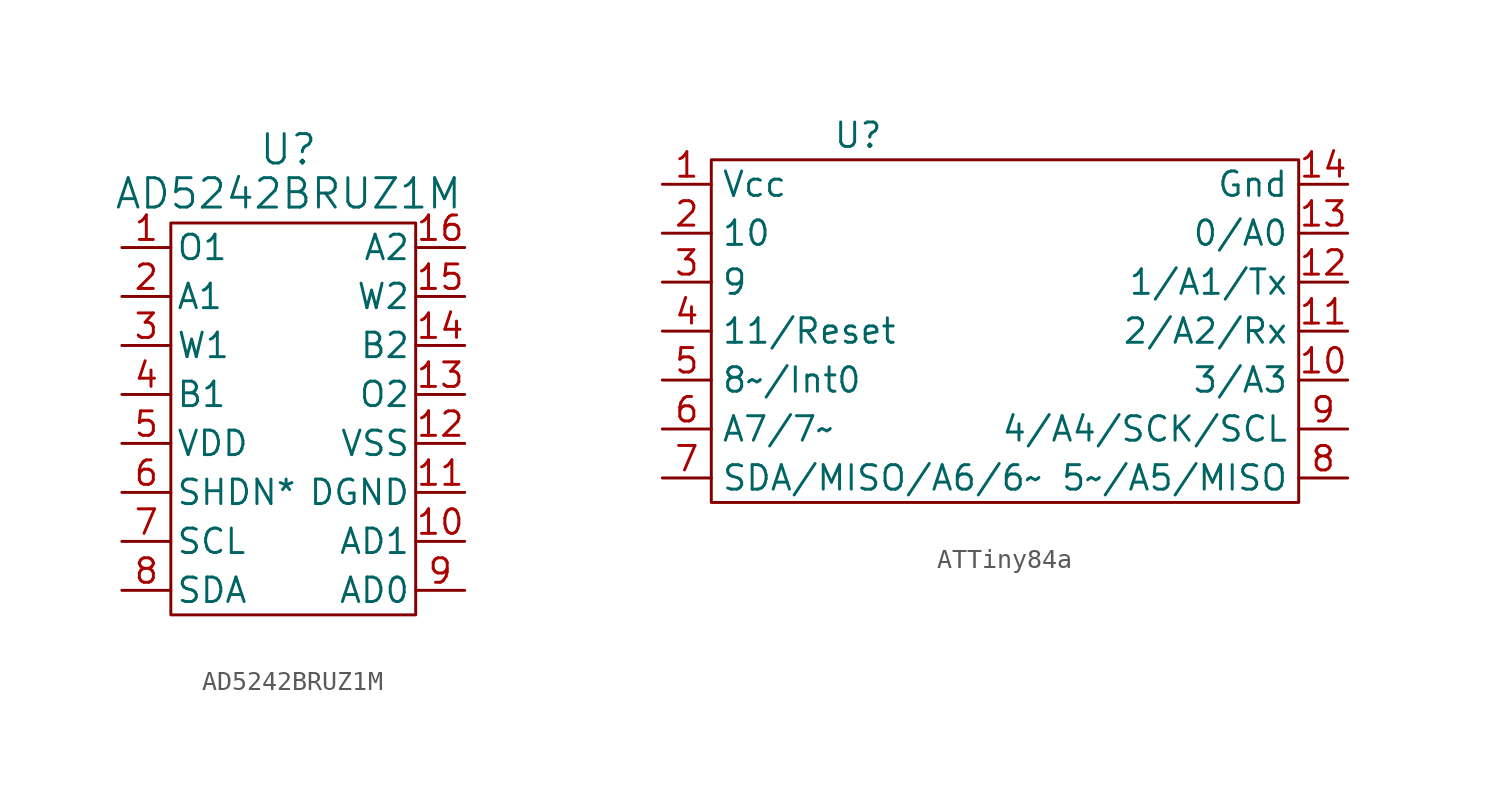
<source format=kicad_sym>
(kicad_symbol_lib
  (version 20231120)
  (generator "kicad_symbol_editor")
  (generator_version "8.0")
  (symbol "AD5242BRUZ1M"
    (pin_names
      (offset 0.254))
    (property "Reference" "U"
      (at 13.716 5.08 0)
      (effects (font (size 1.524 1.524))))
    (property "Value" "AD5242BRUZ1M"
      (at 13.716 2.794 0)
      (effects (font (size 1.524 1.524))))
    (property "ki_locked" ""
      (at 0 0 0)
      (effects (font (size 1.27 1.27))))
    (symbol "AD5242BRUZ1M_1_1"
      (rectangle (start 7.62 1.27) (end 20.32 -19.05) (stroke (width 0) (type default)) (fill (type none)))
      (pin unspecified line (at 5.08 0 0) (length 2.54) (name "O1" (effects (font (size 1.27 1.27)))) (number "1" (effects (font (size 1.27 1.27)))))
      (pin unspecified line (at 22.86 -15.24 180) (length 2.54) (name "AD1" (effects (font (size 1.27 1.27)))) (number "10" (effects (font (size 1.27 1.27)))))
      (pin unspecified line (at 22.86 -12.7 180) (length 2.54) (name "DGND" (effects (font (size 1.27 1.27)))) (number "11" (effects (font (size 1.27 1.27)))))
      (pin power_in line (at 22.86 -10.16 180) (length 2.54) (name "VSS" (effects (font (size 1.27 1.27)))) (number "12" (effects (font (size 1.27 1.27)))))
      (pin unspecified line (at 22.86 -7.62 180) (length 2.54) (name "O2" (effects (font (size 1.27 1.27)))) (number "13" (effects (font (size 1.27 1.27)))))
      (pin unspecified line (at 22.86 -5.08 180) (length 2.54) (name "B2" (effects (font (size 1.27 1.27)))) (number "14" (effects (font (size 1.27 1.27)))))
      (pin unspecified line (at 22.86 -2.54 180) (length 2.54) (name "W2" (effects (font (size 1.27 1.27)))) (number "15" (effects (font (size 1.27 1.27)))))
      (pin unspecified line (at 22.86 0 180) (length 2.54) (name "A2" (effects (font (size 1.27 1.27)))) (number "16" (effects (font (size 1.27 1.27)))))
      (pin unspecified line (at 5.08 -2.54 0) (length 2.54) (name "A1" (effects (font (size 1.27 1.27)))) (number "2" (effects (font (size 1.27 1.27)))))
      (pin unspecified line (at 5.08 -5.08 0) (length 2.54) (name "W1" (effects (font (size 1.27 1.27)))) (number "3" (effects (font (size 1.27 1.27)))))
      (pin unspecified line (at 5.08 -7.62 0) (length 2.54) (name "B1" (effects (font (size 1.27 1.27)))) (number "4" (effects (font (size 1.27 1.27)))))
      (pin power_in line (at 5.08 -10.16 0) (length 2.54) (name "VDD" (effects (font (size 1.27 1.27)))) (number "5" (effects (font (size 1.27 1.27)))))
      (pin unspecified line (at 5.08 -12.7 0) (length 2.54) (name "SHDN*" (effects (font (size 1.27 1.27)))) (number "6" (effects (font (size 1.27 1.27)))))
      (pin unspecified line (at 5.08 -15.24 0) (length 2.54) (name "SCL" (effects (font (size 1.27 1.27)))) (number "7" (effects (font (size 1.27 1.27)))))
      (pin unspecified line (at 5.08 -17.78 0) (length 2.54) (name "SDA" (effects (font (size 1.27 1.27)))) (number "8" (effects (font (size 1.27 1.27)))))
      (pin unspecified line (at 22.86 -17.78 180) (length 2.54) (name "AD0" (effects (font (size 1.27 1.27)))) (number "9" (effects (font (size 1.27 1.27)))))))
  (symbol "ATTiny84a"
    (property "Reference" "U"
      (at 0 0 0)
      (effects (font (size 1.27 1.27))))
    (property "Value" ""
      (at 0 0 0)
      (effects (font (size 1.27 1.27))))
    (symbol "ATTiny84a_0_1"
      (rectangle (start -7.62 -1.27) (end 22.86 -19.05) (stroke (width 0) (type default)) (fill (type none))))
    (symbol "ATTiny84a_1_1"
      (pin input line (at -10.16 -2.54 0) (length 2.54) (name "Vcc" (effects (font (size 1.27 1.27)))) (number "1" (effects (font (size 1.27 1.27)))))
      (pin input line (at 25.4 -12.7 180) (length 2.54) (name "3/A3" (effects (font (size 1.27 1.27)))) (number "10" (effects (font (size 1.27 1.27)))))
      (pin input line (at 25.4 -10.16 180) (length 2.54) (name "2/A2/Rx" (effects (font (size 1.27 1.27)))) (number "11" (effects (font (size 1.27 1.27)))))
      (pin input line (at 25.4 -7.62 180) (length 2.54) (name "1/A1/Tx" (effects (font (size 1.27 1.27)))) (number "12" (effects (font (size 1.27 1.27)))))
      (pin input line (at 25.4 -5.08 180) (length 2.54) (name "0/A0" (effects (font (size 1.27 1.27)))) (number "13" (effects (font (size 1.27 1.27)))))
      (pin input line (at 25.4 -2.54 180) (length 2.54) (name "Gnd" (effects (font (size 1.27 1.27)))) (number "14" (effects (font (size 1.27 1.27)))))
      (pin input line (at -10.16 -5.08 0) (length 2.54) (name "10" (effects (font (size 1.27 1.27)))) (number "2" (effects (font (size 1.27 1.27)))))
      (pin input line (at -10.16 -7.62 0) (length 2.54) (name "9" (effects (font (size 1.27 1.27)))) (number "3" (effects (font (size 1.27 1.27)))))
      (pin input line (at -10.16 -10.16 0) (length 2.54) (name "11/Reset" (effects (font (size 1.27 1.27)))) (number "4" (effects (font (size 1.27 1.27)))))
      (pin input line (at -10.16 -12.7 0) (length 2.54) (name "8~/Int0" (effects (font (size 1.27 1.27)))) (number "5" (effects (font (size 1.27 1.27)))))
      (pin input line (at -10.16 -15.24 0) (length 2.54) (name "A7/7~" (effects (font (size 1.27 1.27)))) (number "6" (effects (font (size 1.27 1.27)))))
      (pin input line (at -10.16 -17.78 0) (length 2.54) (name "SDA/MISO/A6/6~" (effects (font (size 1.27 1.27)))) (number "7" (effects (font (size 1.27 1.27)))))
      (pin input line (at 25.4 -17.78 180) (length 2.54) (name "5~/A5/MISO" (effects (font (size 1.27 1.27)))) (number "8" (effects (font (size 1.27 1.27)))))
      (pin input line (at 25.4 -15.24 180) (length 2.54) (name "4/A4/SCK/SCL" (effects (font (size 1.27 1.27)))) (number "9" (effects (font (size 1.27 1.27))))))))
</source>
